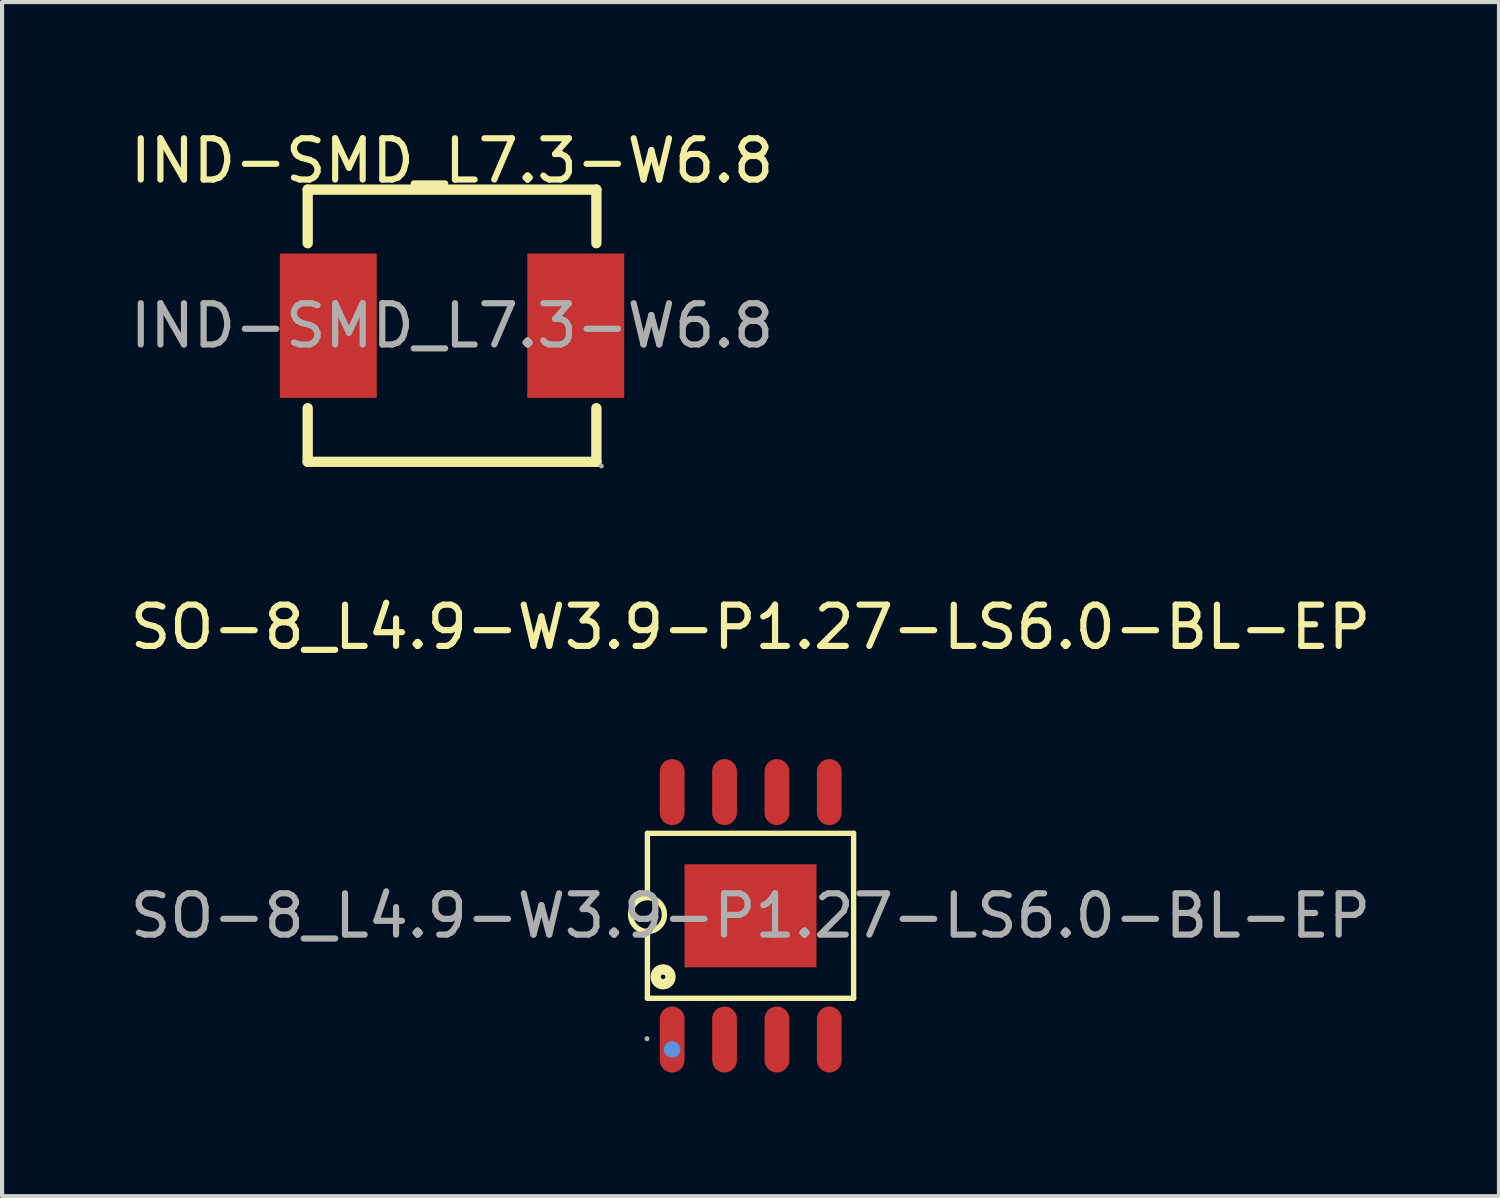
<source format=kicad_pcb>
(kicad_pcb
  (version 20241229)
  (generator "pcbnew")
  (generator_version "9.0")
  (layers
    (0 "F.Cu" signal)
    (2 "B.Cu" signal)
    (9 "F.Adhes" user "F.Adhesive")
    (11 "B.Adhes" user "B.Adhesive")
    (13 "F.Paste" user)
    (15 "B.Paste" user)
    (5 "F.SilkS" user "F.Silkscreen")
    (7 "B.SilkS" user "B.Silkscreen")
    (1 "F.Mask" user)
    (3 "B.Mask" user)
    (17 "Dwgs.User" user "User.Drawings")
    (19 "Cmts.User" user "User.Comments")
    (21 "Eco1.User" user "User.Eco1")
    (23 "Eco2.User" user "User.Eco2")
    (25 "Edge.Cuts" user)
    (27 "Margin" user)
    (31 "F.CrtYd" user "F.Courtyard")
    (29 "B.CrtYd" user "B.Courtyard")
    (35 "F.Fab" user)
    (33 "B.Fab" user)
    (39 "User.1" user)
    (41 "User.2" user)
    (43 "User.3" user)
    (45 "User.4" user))
  (footprint "SO-8_L4.9-W3.9-P1.27-LS6.0-BL-EP"
    (layer "F.Cu")
    (at 15.149 19.157)
    (property "Reference" "SO-8_L4.9-W3.9-P1.27-LS6.0-BL-EP" (at 0 -7 0) (layer "F.SilkS") (effects (font (size 1 1) (thickness 0.15))))
    (attr smd)
    (fp_line (start -2.5 -2) (end -2.5 -0.45) (stroke (width 0.13) (type solid)) (layer "F.SilkS"))
    (fp_line (start -2.5 -2) (end 2.5 -2) (stroke (width 0.13) (type solid)) (layer "F.SilkS"))
    (fp_line (start -2.5 2) (end -2.5 0.37) (stroke (width 0.13) (type solid)) (layer "F.SilkS"))
    (fp_line (start -2.5 2) (end 2.5 2) (stroke (width 0.13) (type solid)) (layer "F.SilkS"))
    (fp_line (start 2.5 -2) (end 2.5 2) (stroke (width 0.13) (type solid)) (layer "F.SilkS"))
    (fp_arc (start -2.507155 0.379938) (mid -2.496422 -0.439985) (end -2.5 0.38) (stroke (width 0.13) (type solid)) (layer "F.SilkS"))
    (fp_circle (center -2.12 1.48) (end -1.94 1.48) (stroke (width 0.25) (type solid)) (fill no) (layer "F.SilkS"))
    (fp_circle (center -1.9 3.24) (end -1.8 3.24) (stroke (width 0.2) (type solid)) (fill no) (layer "Cmts.User"))
    (fp_circle (center -2.51 2.98) (end -2.48 2.98) (stroke (width 0.06) (type solid)) (fill no) (layer "F.Fab"))
    (fp_text user "${REFERENCE}" (at 0 0 0) (layer "F.Fab") (effects (font (size 1 1) (thickness 0.15))))
    (pad "1" smd oval (at -1.9 3) (size 0.6 1.6) (layers "F.Cu" "F.Mask" "F.Paste"))
    (pad "2" smd oval (at -0.63 3) (size 0.6 1.6) (layers "F.Cu" "F.Mask" "F.Paste"))
    (pad "3" smd oval (at 0.64 3) (size 0.6 1.6) (layers "F.Cu" "F.Mask" "F.Paste"))
    (pad "4" smd oval (at 1.91 3) (size 0.6 1.6) (layers "F.Cu" "F.Mask" "F.Paste"))
    (pad "5" smd oval (at 1.91 -3) (size 0.6 1.6) (layers "F.Cu" "F.Mask" "F.Paste"))
    (pad "6" smd oval (at 0.64 -3) (size 0.6 1.6) (layers "F.Cu" "F.Mask" "F.Paste"))
    (pad "7" smd oval (at -0.63 -3) (size 0.6 1.6) (layers "F.Cu" "F.Mask" "F.Paste"))
    (pad "8" smd oval (at -1.9 -3) (size 0.6 1.6) (layers "F.Cu" "F.Mask" "F.Paste"))
    (pad "9" smd rect (at 0 0) (size 3.2 2.5) (layers "F.Cu" "F.Mask" "F.Paste")))
  (footprint "IND-SMD_L7.3-W6.8"
    (layer "F.Cu")
    (at 7.911 4.848)
    (property "Reference" "IND-SMD_L7.3-W6.8" (at 0 -4 0) (layer "F.SilkS") (effects (font (size 1 1) (thickness 0.15))))
    (attr smd)
    (fp_line (start -3.5 -3.3) (end -3.5 -2) (stroke (width 0.25) (type solid)) (layer "F.SilkS"))
    (fp_line (start -3.5 -3.3) (end 3.5 -3.3) (stroke (width 0.25) (type solid)) (layer "F.SilkS"))
    (fp_line (start -3.5 2) (end -3.5 3.3) (stroke (width 0.25) (type solid)) (layer "F.SilkS"))
    (fp_line (start -3.5 3.3) (end 3.5 3.3) (stroke (width 0.25) (type solid)) (layer "F.SilkS"))
    (fp_line (start 3.5 -3.3) (end 3.5 -2) (stroke (width 0.25) (type solid)) (layer "F.SilkS"))
    (fp_line (start 3.5 2) (end 3.5 3.3) (stroke (width 0.25) (type solid)) (layer "F.SilkS"))
    (fp_circle (center 3.62 3.4) (end 3.65 3.4) (stroke (width 0.06) (type solid)) (fill no) (layer "F.Fab"))
    (fp_text user "${REFERENCE}" (at 0 0 0) (layer "F.Fab") (effects (font (size 1 1) (thickness 0.15))))
    (pad "1" smd rect (at -3 0) (size 2.35 3.5) (layers "F.Cu" "F.Mask" "F.Paste"))
    (pad "2" smd rect (at 3 0) (size 2.35 3.5) (layers "F.Cu" "F.Mask" "F.Paste")))
  (gr_rect
    (start -3 -3)
    (end 33.298 25.956)
    (stroke (width 0.1) (type default))
    (fill no)
    (layer "Edge.Cuts")))
</source>
